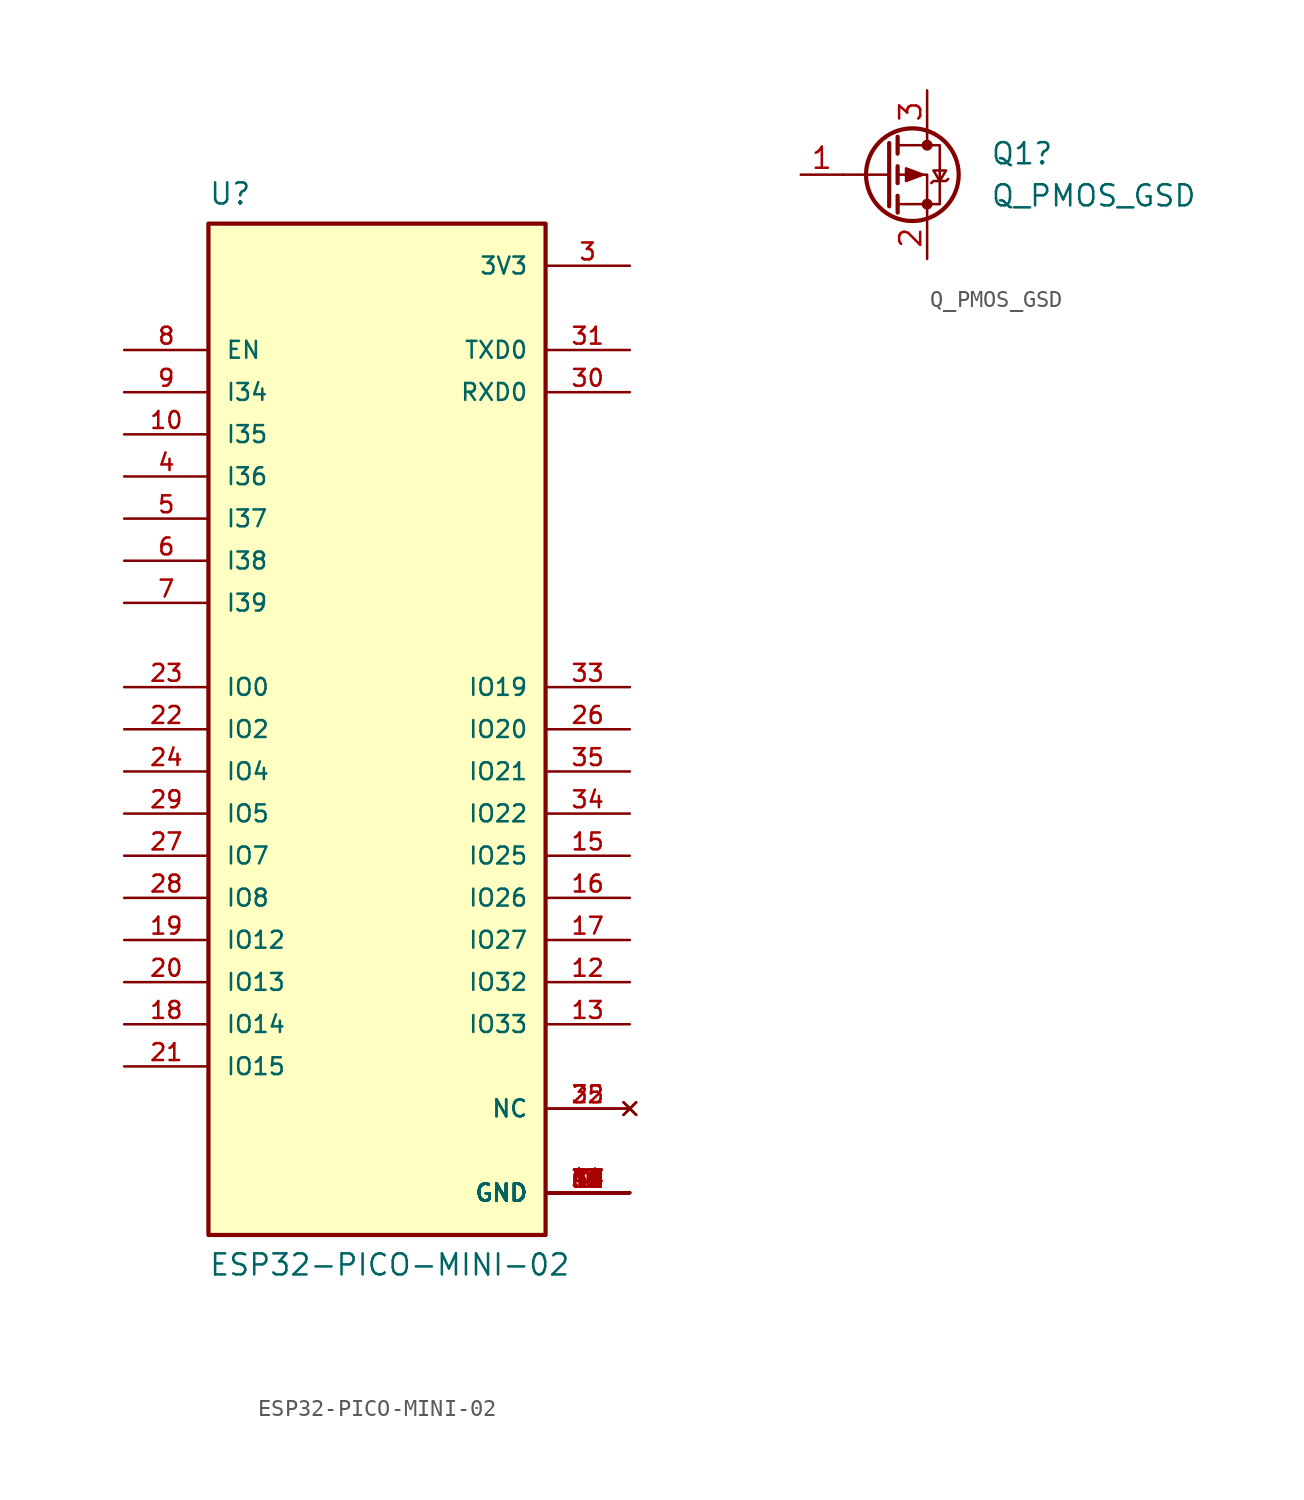
<source format=kicad_sym>
(kicad_symbol_lib
  (version 20220914)
  (generator kicad_symbol_editor)
  (symbol "ESP32-PICO-MINI-02"
    (pin_names
      (offset 1.016))
    (property "Reference" "U"
      (at -10.16 33.02 0)
      (effects (font (size 1.27 1.27)) (justify left top)))
    (property "Value" "ESP32-PICO-MINI-02"
      (at -10.16 -33.02 0)
      (effects (font (size 1.27 1.27)) (justify left bottom)))
    (symbol "ESP32-PICO-MINI-02_0_0"
      (rectangle (start -10.16 -30.48) (end 10.16 30.48) (stroke (width 0.254) (type default)) (fill (type background)))
      (pin power_in line (at 15.24 -27.94 180) (length 5.08) (name "GND" (effects (font (size 1.016 1.016)))) (number "1" (effects (font (size 1.016 1.016)))))
      (pin input line (at -15.24 17.78 0) (length 5.08) (name "I35" (effects (font (size 1.016 1.016)))) (number "10" (effects (font (size 1.016 1.016)))))
      (pin power_in line (at 15.24 -27.94 180) (length 5.08) (name "GND" (effects (font (size 1.016 1.016)))) (number "11" (effects (font (size 1.016 1.016)))))
      (pin bidirectional line (at 15.24 -15.24 180) (length 5.08) (name "IO32" (effects (font (size 1.016 1.016)))) (number "12" (effects (font (size 1.016 1.016)))))
      (pin bidirectional line (at 15.24 -17.78 180) (length 5.08) (name "IO33" (effects (font (size 1.016 1.016)))) (number "13" (effects (font (size 1.016 1.016)))))
      (pin power_in line (at 15.24 -27.94 180) (length 5.08) (name "GND" (effects (font (size 1.016 1.016)))) (number "14" (effects (font (size 1.016 1.016)))))
      (pin bidirectional line (at 15.24 -7.62 180) (length 5.08) (name "IO25" (effects (font (size 1.016 1.016)))) (number "15" (effects (font (size 1.016 1.016)))))
      (pin bidirectional line (at 15.24 -10.16 180) (length 5.08) (name "IO26" (effects (font (size 1.016 1.016)))) (number "16" (effects (font (size 1.016 1.016)))))
      (pin bidirectional line (at 15.24 -12.7 180) (length 5.08) (name "IO27" (effects (font (size 1.016 1.016)))) (number "17" (effects (font (size 1.016 1.016)))))
      (pin bidirectional line (at -15.24 -17.78 0) (length 5.08) (name "IO14" (effects (font (size 1.016 1.016)))) (number "18" (effects (font (size 1.016 1.016)))))
      (pin bidirectional line (at -15.24 -12.7 0) (length 5.08) (name "IO12" (effects (font (size 1.016 1.016)))) (number "19" (effects (font (size 1.016 1.016)))))
      (pin power_in line (at 15.24 -27.94 180) (length 5.08) (name "GND" (effects (font (size 1.016 1.016)))) (number "2" (effects (font (size 1.016 1.016)))))
      (pin bidirectional line (at -15.24 -15.24 0) (length 5.08) (name "IO13" (effects (font (size 1.016 1.016)))) (number "20" (effects (font (size 1.016 1.016)))))
      (pin bidirectional line (at -15.24 -20.32 0) (length 5.08) (name "IO15" (effects (font (size 1.016 1.016)))) (number "21" (effects (font (size 1.016 1.016)))))
      (pin bidirectional line (at -15.24 0 0) (length 5.08) (name "IO2" (effects (font (size 1.016 1.016)))) (number "22" (effects (font (size 1.016 1.016)))))
      (pin bidirectional line (at -15.24 2.54 0) (length 5.08) (name "IO0" (effects (font (size 1.016 1.016)))) (number "23" (effects (font (size 1.016 1.016)))))
      (pin bidirectional line (at -15.24 -2.54 0) (length 5.08) (name "IO4" (effects (font (size 1.016 1.016)))) (number "24" (effects (font (size 1.016 1.016)))))
      (pin no_connect line (at 15.24 -22.86 180) (length 5.08) (name "NC" (effects (font (size 1.016 1.016)))) (number "25" (effects (font (size 1.016 1.016)))))
      (pin bidirectional line (at 15.24 0 180) (length 5.08) (name "IO20" (effects (font (size 1.016 1.016)))) (number "26" (effects (font (size 1.016 1.016)))))
      (pin bidirectional line (at -15.24 -7.62 0) (length 5.08) (name "IO7" (effects (font (size 1.016 1.016)))) (number "27" (effects (font (size 1.016 1.016)))))
      (pin bidirectional line (at -15.24 -10.16 0) (length 5.08) (name "IO8" (effects (font (size 1.016 1.016)))) (number "28" (effects (font (size 1.016 1.016)))))
      (pin bidirectional line (at -15.24 -5.08 0) (length 5.08) (name "IO5" (effects (font (size 1.016 1.016)))) (number "29" (effects (font (size 1.016 1.016)))))
      (pin power_in line (at 15.24 27.94 180) (length 5.08) (name "3V3" (effects (font (size 1.016 1.016)))) (number "3" (effects (font (size 1.016 1.016)))))
      (pin bidirectional line (at 15.24 20.32 180) (length 5.08) (name "RXD0" (effects (font (size 1.016 1.016)))) (number "30" (effects (font (size 1.016 1.016)))))
      (pin bidirectional line (at 15.24 22.86 180) (length 5.08) (name "TXD0" (effects (font (size 1.016 1.016)))) (number "31" (effects (font (size 1.016 1.016)))))
      (pin no_connect line (at 15.24 -22.86 180) (length 5.08) (name "NC" (effects (font (size 1.016 1.016)))) (number "32" (effects (font (size 1.016 1.016)))))
      (pin bidirectional line (at 15.24 2.54 180) (length 5.08) (name "IO19" (effects (font (size 1.016 1.016)))) (number "33" (effects (font (size 1.016 1.016)))))
      (pin bidirectional line (at 15.24 -5.08 180) (length 5.08) (name "IO22" (effects (font (size 1.016 1.016)))) (number "34" (effects (font (size 1.016 1.016)))))
      (pin bidirectional line (at 15.24 -2.54 180) (length 5.08) (name "IO21" (effects (font (size 1.016 1.016)))) (number "35" (effects (font (size 1.016 1.016)))))
      (pin power_in line (at 15.24 -27.94 180) (length 5.08) (name "GND" (effects (font (size 1.016 1.016)))) (number "36" (effects (font (size 1.016 1.016)))))
      (pin power_in line (at 15.24 -27.94 180) (length 5.08) (name "GND" (effects (font (size 1.016 1.016)))) (number "37" (effects (font (size 1.016 1.016)))))
      (pin power_in line (at 15.24 -27.94 180) (length 5.08) (name "GND" (effects (font (size 1.016 1.016)))) (number "38" (effects (font (size 1.016 1.016)))))
      (pin power_in line (at 15.24 -27.94 180) (length 5.08) (name "GND" (effects (font (size 1.016 1.016)))) (number "39" (effects (font (size 1.016 1.016)))))
      (pin input line (at -15.24 15.24 0) (length 5.08) (name "I36" (effects (font (size 1.016 1.016)))) (number "4" (effects (font (size 1.016 1.016)))))
      (pin power_in line (at 15.24 -27.94 180) (length 5.08) (name "GND" (effects (font (size 1.016 1.016)))) (number "40" (effects (font (size 1.016 1.016)))))
      (pin power_in line (at 15.24 -27.94 180) (length 5.08) (name "GND" (effects (font (size 1.016 1.016)))) (number "41" (effects (font (size 1.016 1.016)))))
      (pin power_in line (at 15.24 -27.94 180) (length 5.08) (name "GND" (effects (font (size 1.016 1.016)))) (number "42" (effects (font (size 1.016 1.016)))))
      (pin power_in line (at 15.24 -27.94 180) (length 5.08) (name "GND" (effects (font (size 1.016 1.016)))) (number "43" (effects (font (size 1.016 1.016)))))
      (pin power_in line (at 15.24 -27.94 180) (length 5.08) (name "GND" (effects (font (size 1.016 1.016)))) (number "44" (effects (font (size 1.016 1.016)))))
      (pin power_in line (at 15.24 -27.94 180) (length 5.08) (name "GND" (effects (font (size 1.016 1.016)))) (number "45" (effects (font (size 1.016 1.016)))))
      (pin power_in line (at 15.24 -27.94 180) (length 5.08) (name "GND" (effects (font (size 1.016 1.016)))) (number "46" (effects (font (size 1.016 1.016)))))
      (pin power_in line (at 15.24 -27.94 180) (length 5.08) (name "GND" (effects (font (size 1.016 1.016)))) (number "47" (effects (font (size 1.016 1.016)))))
      (pin power_in line (at 15.24 -27.94 180) (length 5.08) (name "GND" (effects (font (size 1.016 1.016)))) (number "48" (effects (font (size 1.016 1.016)))))
      (pin power_in line (at 15.24 -27.94 180) (length 5.08) (name "GND" (effects (font (size 1.016 1.016)))) (number "49" (effects (font (size 1.016 1.016)))))
      (pin input line (at -15.24 12.7 0) (length 5.08) (name "I37" (effects (font (size 1.016 1.016)))) (number "5" (effects (font (size 1.016 1.016)))))
      (pin power_in line (at 15.24 -27.94 180) (length 5.08) (name "GND" (effects (font (size 1.016 1.016)))) (number "50" (effects (font (size 1.016 1.016)))))
      (pin power_in line (at 15.24 -27.94 180) (length 5.08) (name "GND" (effects (font (size 1.016 1.016)))) (number "51" (effects (font (size 1.016 1.016)))))
      (pin power_in line (at 15.24 -27.94 180) (length 5.08) (name "GND" (effects (font (size 1.016 1.016)))) (number "52" (effects (font (size 1.016 1.016)))))
      (pin power_in line (at 15.24 -27.94 180) (length 5.08) (name "GND" (effects (font (size 1.016 1.016)))) (number "53" (effects (font (size 1.016 1.016)))))
      (pin power_in line (at 15.24 -27.94 180) (length 5.08) (name "GND" (effects (font (size 1.016 1.016)))) (number "54" (effects (font (size 1.016 1.016)))))
      (pin power_in line (at 15.24 -27.94 180) (length 5.08) (name "GND" (effects (font (size 1.016 1.016)))) (number "55" (effects (font (size 1.016 1.016)))))
      (pin power_in line (at 15.24 -27.94 180) (length 5.08) (name "GND" (effects (font (size 1.016 1.016)))) (number "56" (effects (font (size 1.016 1.016)))))
      (pin power_in line (at 15.24 -27.94 180) (length 5.08) (name "GND" (effects (font (size 1.016 1.016)))) (number "57" (effects (font (size 1.016 1.016)))))
      (pin power_in line (at 15.24 -27.94 180) (length 5.08) (name "GND" (effects (font (size 1.016 1.016)))) (number "58" (effects (font (size 1.016 1.016)))))
      (pin power_in line (at 15.24 -27.94 180) (length 5.08) (name "GND" (effects (font (size 1.016 1.016)))) (number "59" (effects (font (size 1.016 1.016)))))
      (pin input line (at -15.24 10.16 0) (length 5.08) (name "I38" (effects (font (size 1.016 1.016)))) (number "6" (effects (font (size 1.016 1.016)))))
      (pin power_in line (at 15.24 -27.94 180) (length 5.08) (name "GND" (effects (font (size 1.016 1.016)))) (number "60" (effects (font (size 1.016 1.016)))))
      (pin power_in line (at 15.24 -27.94 180) (length 5.08) (name "GND" (effects (font (size 1.016 1.016)))) (number "61" (effects (font (size 1.016 1.016)))))
      (pin input line (at -15.24 7.62 0) (length 5.08) (name "I39" (effects (font (size 1.016 1.016)))) (number "7" (effects (font (size 1.016 1.016)))))
      (pin input line (at -15.24 22.86 0) (length 5.08) (name "EN" (effects (font (size 1.016 1.016)))) (number "8" (effects (font (size 1.016 1.016)))))
      (pin input line (at -15.24 20.32 0) (length 5.08) (name "I34" (effects (font (size 1.016 1.016)))) (number "9" (effects (font (size 1.016 1.016)))))))
  (symbol "Q_PMOS_GSD"
    (pin_names
      (offset 0) hide)
    (property "Reference" "Q1"
      (at 6.35 1.27 0)
      (effects (font (size 1.27 1.27)) (justify left)))
    (property "Value" "Q_PMOS_GSD"
      (at 6.35 -1.27 0)
      (effects (font (size 1.27 1.27)) (justify left)))
    (symbol "Q_PMOS_GSD_0_1"
      (polyline (pts (xy 0.254 0) (xy -2.54 0)) (stroke (width 0) (type default)) (fill (type none)))
      (polyline (pts (xy 0.254 1.905) (xy 0.254 -1.905)) (stroke (width 0.254) (type default)) (fill (type none)))
      (polyline (pts (xy 0.762 -1.27) (xy 0.762 -2.286)) (stroke (width 0.254) (type default)) (fill (type none)))
      (polyline (pts (xy 0.762 0.508) (xy 0.762 -0.508)) (stroke (width 0.254) (type default)) (fill (type none)))
      (polyline (pts (xy 0.762 2.286) (xy 0.762 1.27)) (stroke (width 0.254) (type default)) (fill (type none)))
      (polyline (pts (xy 2.54 2.54) (xy 2.54 1.778)) (stroke (width 0) (type default)) (fill (type none)))
      (polyline (pts (xy 2.54 -2.54) (xy 2.54 0) (xy 0.762 0)) (stroke (width 0) (type default)) (fill (type none)))
      (polyline (pts (xy 0.762 1.778) (xy 3.302 1.778) (xy 3.302 -1.778) (xy 0.762 -1.778)) (stroke (width 0) (type default)) (fill (type none)))
      (polyline (pts (xy 2.286 0) (xy 1.27 0.381) (xy 1.27 -0.381) (xy 2.286 0)) (stroke (width 0) (type default)) (fill (type outline)))
      (polyline (pts (xy 2.794 -0.508) (xy 2.921 -0.381) (xy 3.683 -0.381) (xy 3.81 -0.254)) (stroke (width 0) (type default)) (fill (type none)))
      (polyline (pts (xy 3.302 -0.381) (xy 2.921 0.254) (xy 3.683 0.254) (xy 3.302 -0.381)) (stroke (width 0) (type default)) (fill (type none)))
      (circle (center 1.651 0) (radius 2.794) (stroke (width 0.254) (type default)) (fill (type none)))
      (circle (center 2.54 -1.778) (radius 0.254) (stroke (width 0) (type default)) (fill (type outline)))
      (circle (center 2.54 1.778) (radius 0.254) (stroke (width 0) (type default)) (fill (type outline))))
    (symbol "Q_PMOS_GSD_1_1"
      (pin input line (at -5.08 0 0) (length 2.54) (name "G" (effects (font (size 1.27 1.27)))) (number "1" (effects (font (size 1.27 1.27)))))
      (pin passive line (at 2.54 -5.08 90) (length 2.54) (name "S" (effects (font (size 1.27 1.27)))) (number "2" (effects (font (size 1.27 1.27)))))
      (pin passive line (at 2.54 5.08 270) (length 2.54) (name "D" (effects (font (size 1.27 1.27)))) (number "3" (effects (font (size 1.27 1.27))))))))
</source>
